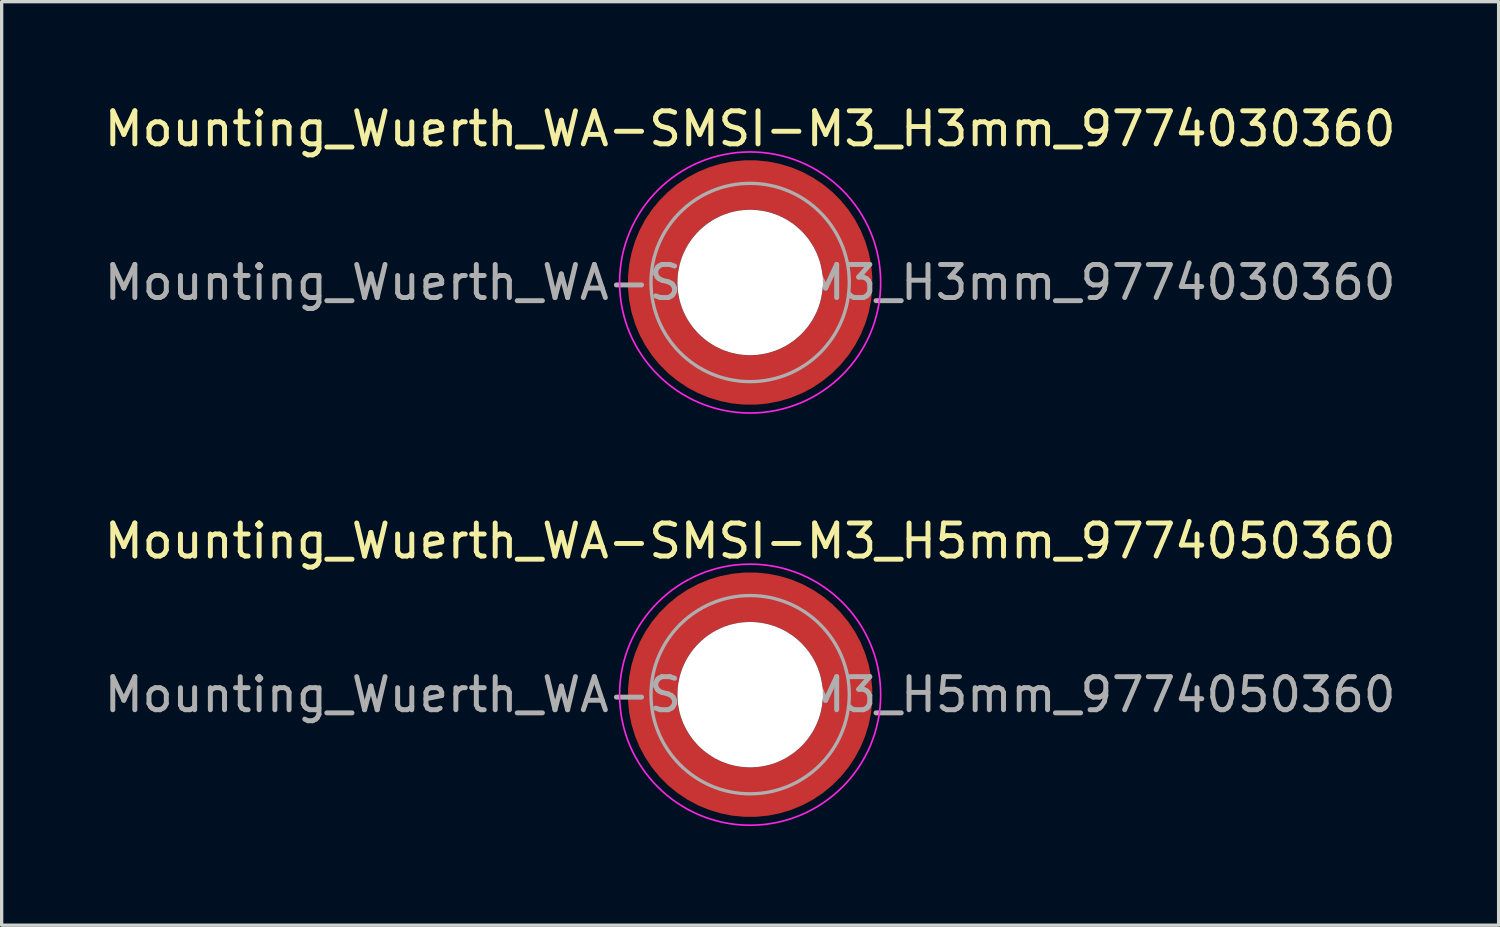
<source format=kicad_pcb>
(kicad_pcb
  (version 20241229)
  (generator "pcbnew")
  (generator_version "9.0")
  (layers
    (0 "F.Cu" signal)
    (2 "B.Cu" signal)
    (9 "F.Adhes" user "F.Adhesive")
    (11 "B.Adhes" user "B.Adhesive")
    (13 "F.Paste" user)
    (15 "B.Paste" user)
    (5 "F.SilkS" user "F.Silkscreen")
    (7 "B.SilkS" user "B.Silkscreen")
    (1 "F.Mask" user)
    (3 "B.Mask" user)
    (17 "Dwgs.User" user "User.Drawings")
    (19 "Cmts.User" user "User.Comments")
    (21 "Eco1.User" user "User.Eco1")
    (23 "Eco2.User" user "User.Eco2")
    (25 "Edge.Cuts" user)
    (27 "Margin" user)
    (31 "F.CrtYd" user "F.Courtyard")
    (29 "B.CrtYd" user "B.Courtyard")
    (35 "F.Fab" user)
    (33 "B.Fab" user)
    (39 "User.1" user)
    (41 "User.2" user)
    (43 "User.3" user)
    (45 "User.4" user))
  (footprint "Mounting_Wuerth_WA-SMSI-M3_H3mm_9774030360"
    (layer "F.Cu")
    (at 19.649 5.498)
    (property "Reference" "Mounting_Wuerth_WA-SMSI-M3_H3mm_9774030360" (at 0 -4.65 0) (layer "F.SilkS") (effects (font (size 1 1) (thickness 0.15))))
    (attr smd allow_soldermask_bridges)
    (fp_circle (center 0 0) (end 3.95 0) (stroke (width 0.05) (type solid)) (fill no) (layer "F.CrtYd"))
    (fp_circle (center 0 0) (end 3 0) (stroke (width 0.1) (type solid)) (fill no) (layer "F.Fab"))
    (fp_text user "${REFERENCE}" (at 0 0 0) (layer "F.Fab") (effects (font (size 1 1) (thickness 0.15))))
    (pad "" smd custom (at -2.058 -2.058) (size 0.55 0.55) (layers "F.Paste") (options (anchor circle)) (primitives (gr_arc (start -0.377294 1.707681) (mid 0.318198 0.318198) (end 1.707681 -0.377294) (width 0.2)) (gr_arc (start -0.478281 1.707681) (mid 0.247487 0.247487) (end 1.707681 -0.478281) (width 0.2)) (gr_arc (start -0.579192 1.707681) (mid 0.176777 0.176777) (end 1.707681 -0.579192) (width 0.2)) (gr_arc (start -0.680037 1.707681) (mid 0.106066 0.106066) (end 1.707681 -0.680037) (width 0.2)) (gr_arc (start -0.780822 1.707681) (mid 0.035355 0.035355) (end 1.707681 -0.780822) (width 0.2)) (gr_arc (start -0.881554 1.707681) (mid -0.035355 -0.035355) (end 1.707681 -0.881554) (width 0.2)) (gr_arc (start -0.982237 1.707681) (mid -0.106066 -0.106066) (end 1.707681 -0.982237) (width 0.2)) (gr_arc (start -1.082877 1.707681) (mid -0.176777 -0.176777) (end 1.707681 -1.082877) (width 0.2)) (gr_arc (start -1.183476 1.707681) (mid -0.247487 -0.247487) (end 1.707681 -1.183476) (width 0.2)) (gr_arc (start -1.28404 1.707681) (mid -0.318198 -0.318198) (end 1.707681 -1.28404) (width 0.2)) (gr_line (start 1.708 -0.377) (end 1.708 -1.284) (width 0.2)) (gr_line (start -0.377 1.708) (end -1.284 1.708) (width 0.2))))
    (pad "" smd custom (at -2.058 2.058) (size 0.55 0.55) (layers "F.Paste") (options (anchor circle)) (primitives (gr_arc (start 1.707681 0.377294) (mid 0.318198 -0.318198) (end -0.377294 -1.707681) (width 0.2)) (gr_arc (start 1.707681 0.478281) (mid 0.247487 -0.247487) (end -0.478281 -1.707681) (width 0.2)) (gr_arc (start 1.707681 0.579192) (mid 0.176777 -0.176777) (end -0.579192 -1.707681) (width 0.2)) (gr_arc (start 1.707681 0.680037) (mid 0.106066 -0.106066) (end -0.680037 -1.707681) (width 0.2)) (gr_arc (start 1.707681 0.780822) (mid 0.035355 -0.035355) (end -0.780822 -1.707681) (width 0.2)) (gr_arc (start 1.707681 0.881554) (mid -0.035355 0.035355) (end -0.881554 -1.707681) (width 0.2)) (gr_arc (start 1.707681 0.982237) (mid -0.106066 0.106066) (end -0.982237 -1.707681) (width 0.2)) (gr_arc (start 1.707681 1.082877) (mid -0.176777 0.176777) (end -1.082877 -1.707681) (width 0.2)) (gr_arc (start 1.707681 1.183476) (mid -0.247487 0.247487) (end -1.183476 -1.707681) (width 0.2)) (gr_arc (start 1.707681 1.28404) (mid -0.318198 0.318198) (end -1.28404 -1.707681) (width 0.2)) (gr_line (start -0.377 -1.708) (end -1.284 -1.708) (width 0.2)) (gr_line (start 1.708 0.377) (end 1.708 1.284) (width 0.2))))
    (pad "" np_thru_hole circle (at 0 0) (size 4.4 4.4) (drill 4.4) (layers "*.Cu" "*.Mask"))
    (pad "" smd custom (at 2.058 -2.058) (size 0.55 0.55) (layers "F.Paste") (options (anchor circle)) (primitives (gr_arc (start -1.707681 -0.377294) (mid -0.318198 0.318198) (end 0.377294 1.707681) (width 0.2)) (gr_arc (start -1.707681 -0.478281) (mid -0.247487 0.247487) (end 0.478281 1.707681) (width 0.2)) (gr_arc (start -1.707681 -0.579192) (mid -0.176777 0.176777) (end 0.579192 1.707681) (width 0.2)) (gr_arc (start -1.707681 -0.680037) (mid -0.106066 0.106066) (end 0.680037 1.707681) (width 0.2)) (gr_arc (start -1.707681 -0.780822) (mid -0.035355 0.035355) (end 0.780822 1.707681) (width 0.2)) (gr_arc (start -1.707681 -0.881554) (mid 0.035355 -0.035355) (end 0.881554 1.707681) (width 0.2)) (gr_arc (start -1.707681 -0.982237) (mid 0.106066 -0.106066) (end 0.982237 1.707681) (width 0.2)) (gr_arc (start -1.707681 -1.082877) (mid 0.176777 -0.176777) (end 1.082877 1.707681) (width 0.2)) (gr_arc (start -1.707681 -1.183476) (mid 0.247487 -0.247487) (end 1.183476 1.707681) (width 0.2)) (gr_arc (start -1.707681 -1.28404) (mid 0.318198 -0.318198) (end 1.28404 1.707681) (width 0.2)) (gr_line (start 0.377 1.708) (end 1.284 1.708) (width 0.2)) (gr_line (start -1.708 -0.377) (end -1.708 -1.284) (width 0.2))))
    (pad "" smd custom (at 2.058 2.058) (size 0.55 0.55) (layers "F.Paste") (options (anchor circle)) (primitives (gr_arc (start 0.377294 -1.707681) (mid -0.318198 -0.318198) (end -1.707681 0.377294) (width 0.2)) (gr_arc (start 0.478281 -1.707681) (mid -0.247487 -0.247487) (end -1.707681 0.478281) (width 0.2)) (gr_arc (start 0.579192 -1.707681) (mid -0.176777 -0.176777) (end -1.707681 0.579192) (width 0.2)) (gr_arc (start 0.680037 -1.707681) (mid -0.106066 -0.106066) (end -1.707681 0.680037) (width 0.2)) (gr_arc (start 0.780822 -1.707681) (mid -0.035355 -0.035355) (end -1.707681 0.780822) (width 0.2)) (gr_arc (start 0.881554 -1.707681) (mid 0.035355 0.035355) (end -1.707681 0.881554) (width 0.2)) (gr_arc (start 0.982237 -1.707681) (mid 0.106066 0.106066) (end -1.707681 0.982237) (width 0.2)) (gr_arc (start 1.082877 -1.707681) (mid 0.176777 0.176777) (end -1.707681 1.082877) (width 0.2)) (gr_arc (start 1.183476 -1.707681) (mid 0.247487 0.247487) (end -1.707681 1.183476) (width 0.2)) (gr_arc (start 1.28404 -1.707681) (mid 0.318198 0.318198) (end -1.707681 1.28404) (width 0.2)) (gr_line (start -1.708 0.377) (end -1.708 1.284) (width 0.2)) (gr_line (start 0.377 -1.708) (end 1.284 -1.708) (width 0.2))))
    (pad "1" smd circle (at -2.95 0) (size 0.992 0.992) (layers "F.Cu"))
    (pad "1" smd circle (at 0 -2.95) (size 0.992 0.992) (layers "F.Cu"))
    (pad "1" smd circle (at 0 2.95) (size 0.992 0.992) (layers "F.Cu"))
    (pad "1" smd custom (at 2.95 0) (size 1.5 1.5) (layers "F.Cu" "F.Mask") (options (anchor circle)) (primitives (gr_circle (center -2.95 0) (end 0 0) (width 1.5) (fill no)))))
  (footprint "Mounting_Wuerth_WA-SMSI-M3_H5mm_9774050360"
    (layer "F.Cu")
    (at 19.649 17.971)
    (property "Reference" "Mounting_Wuerth_WA-SMSI-M3_H5mm_9774050360" (at 0 -4.65 0) (layer "F.SilkS") (effects (font (size 1 1) (thickness 0.15))))
    (attr smd allow_soldermask_bridges)
    (fp_circle (center 0 0) (end 3.95 0) (stroke (width 0.05) (type solid)) (fill no) (layer "F.CrtYd"))
    (fp_circle (center 0 0) (end 3 0) (stroke (width 0.1) (type solid)) (fill no) (layer "F.Fab"))
    (fp_text user "${REFERENCE}" (at 0 0 0) (layer "F.Fab") (effects (font (size 1 1) (thickness 0.15))))
    (pad "" smd custom (at -2.058 -2.058) (size 0.55 0.55) (layers "F.Paste") (options (anchor circle)) (primitives (gr_arc (start -0.377294 1.707681) (mid 0.318198 0.318198) (end 1.707681 -0.377294) (width 0.2)) (gr_arc (start -0.478281 1.707681) (mid 0.247487 0.247487) (end 1.707681 -0.478281) (width 0.2)) (gr_arc (start -0.579192 1.707681) (mid 0.176777 0.176777) (end 1.707681 -0.579192) (width 0.2)) (gr_arc (start -0.680037 1.707681) (mid 0.106066 0.106066) (end 1.707681 -0.680037) (width 0.2)) (gr_arc (start -0.780822 1.707681) (mid 0.035355 0.035355) (end 1.707681 -0.780822) (width 0.2)) (gr_arc (start -0.881554 1.707681) (mid -0.035355 -0.035355) (end 1.707681 -0.881554) (width 0.2)) (gr_arc (start -0.982237 1.707681) (mid -0.106066 -0.106066) (end 1.707681 -0.982237) (width 0.2)) (gr_arc (start -1.082877 1.707681) (mid -0.176777 -0.176777) (end 1.707681 -1.082877) (width 0.2)) (gr_arc (start -1.183476 1.707681) (mid -0.247487 -0.247487) (end 1.707681 -1.183476) (width 0.2)) (gr_arc (start -1.28404 1.707681) (mid -0.318198 -0.318198) (end 1.707681 -1.28404) (width 0.2)) (gr_line (start 1.708 -0.377) (end 1.708 -1.284) (width 0.2)) (gr_line (start -0.377 1.708) (end -1.284 1.708) (width 0.2))))
    (pad "" smd custom (at -2.058 2.058) (size 0.55 0.55) (layers "F.Paste") (options (anchor circle)) (primitives (gr_arc (start 1.707681 0.377294) (mid 0.318198 -0.318198) (end -0.377294 -1.707681) (width 0.2)) (gr_arc (start 1.707681 0.478281) (mid 0.247487 -0.247487) (end -0.478281 -1.707681) (width 0.2)) (gr_arc (start 1.707681 0.579192) (mid 0.176777 -0.176777) (end -0.579192 -1.707681) (width 0.2)) (gr_arc (start 1.707681 0.680037) (mid 0.106066 -0.106066) (end -0.680037 -1.707681) (width 0.2)) (gr_arc (start 1.707681 0.780822) (mid 0.035355 -0.035355) (end -0.780822 -1.707681) (width 0.2)) (gr_arc (start 1.707681 0.881554) (mid -0.035355 0.035355) (end -0.881554 -1.707681) (width 0.2)) (gr_arc (start 1.707681 0.982237) (mid -0.106066 0.106066) (end -0.982237 -1.707681) (width 0.2)) (gr_arc (start 1.707681 1.082877) (mid -0.176777 0.176777) (end -1.082877 -1.707681) (width 0.2)) (gr_arc (start 1.707681 1.183476) (mid -0.247487 0.247487) (end -1.183476 -1.707681) (width 0.2)) (gr_arc (start 1.707681 1.28404) (mid -0.318198 0.318198) (end -1.28404 -1.707681) (width 0.2)) (gr_line (start -0.377 -1.708) (end -1.284 -1.708) (width 0.2)) (gr_line (start 1.708 0.377) (end 1.708 1.284) (width 0.2))))
    (pad "" np_thru_hole circle (at 0 0) (size 4.4 4.4) (drill 4.4) (layers "*.Cu" "*.Mask"))
    (pad "" smd custom (at 2.058 -2.058) (size 0.55 0.55) (layers "F.Paste") (options (anchor circle)) (primitives (gr_arc (start -1.707681 -0.377294) (mid -0.318198 0.318198) (end 0.377294 1.707681) (width 0.2)) (gr_arc (start -1.707681 -0.478281) (mid -0.247487 0.247487) (end 0.478281 1.707681) (width 0.2)) (gr_arc (start -1.707681 -0.579192) (mid -0.176777 0.176777) (end 0.579192 1.707681) (width 0.2)) (gr_arc (start -1.707681 -0.680037) (mid -0.106066 0.106066) (end 0.680037 1.707681) (width 0.2)) (gr_arc (start -1.707681 -0.780822) (mid -0.035355 0.035355) (end 0.780822 1.707681) (width 0.2)) (gr_arc (start -1.707681 -0.881554) (mid 0.035355 -0.035355) (end 0.881554 1.707681) (width 0.2)) (gr_arc (start -1.707681 -0.982237) (mid 0.106066 -0.106066) (end 0.982237 1.707681) (width 0.2)) (gr_arc (start -1.707681 -1.082877) (mid 0.176777 -0.176777) (end 1.082877 1.707681) (width 0.2)) (gr_arc (start -1.707681 -1.183476) (mid 0.247487 -0.247487) (end 1.183476 1.707681) (width 0.2)) (gr_arc (start -1.707681 -1.28404) (mid 0.318198 -0.318198) (end 1.28404 1.707681) (width 0.2)) (gr_line (start 0.377 1.708) (end 1.284 1.708) (width 0.2)) (gr_line (start -1.708 -0.377) (end -1.708 -1.284) (width 0.2))))
    (pad "" smd custom (at 2.058 2.058) (size 0.55 0.55) (layers "F.Paste") (options (anchor circle)) (primitives (gr_arc (start 0.377294 -1.707681) (mid -0.318198 -0.318198) (end -1.707681 0.377294) (width 0.2)) (gr_arc (start 0.478281 -1.707681) (mid -0.247487 -0.247487) (end -1.707681 0.478281) (width 0.2)) (gr_arc (start 0.579192 -1.707681) (mid -0.176777 -0.176777) (end -1.707681 0.579192) (width 0.2)) (gr_arc (start 0.680037 -1.707681) (mid -0.106066 -0.106066) (end -1.707681 0.680037) (width 0.2)) (gr_arc (start 0.780822 -1.707681) (mid -0.035355 -0.035355) (end -1.707681 0.780822) (width 0.2)) (gr_arc (start 0.881554 -1.707681) (mid 0.035355 0.035355) (end -1.707681 0.881554) (width 0.2)) (gr_arc (start 0.982237 -1.707681) (mid 0.106066 0.106066) (end -1.707681 0.982237) (width 0.2)) (gr_arc (start 1.082877 -1.707681) (mid 0.176777 0.176777) (end -1.707681 1.082877) (width 0.2)) (gr_arc (start 1.183476 -1.707681) (mid 0.247487 0.247487) (end -1.707681 1.183476) (width 0.2)) (gr_arc (start 1.28404 -1.707681) (mid 0.318198 0.318198) (end -1.707681 1.28404) (width 0.2)) (gr_line (start -1.708 0.377) (end -1.708 1.284) (width 0.2)) (gr_line (start 0.377 -1.708) (end 1.284 -1.708) (width 0.2))))
    (pad "1" smd circle (at -2.95 0) (size 0.992 0.992) (layers "F.Cu"))
    (pad "1" smd circle (at 0 -2.95) (size 0.992 0.992) (layers "F.Cu"))
    (pad "1" smd circle (at 0 2.95) (size 0.992 0.992) (layers "F.Cu"))
    (pad "1" smd custom (at 2.95 0) (size 1.5 1.5) (layers "F.Cu" "F.Mask") (options (anchor circle)) (primitives (gr_circle (center -2.95 0) (end 0 0) (width 1.5) (fill no)))))
  (gr_rect
    (start -3 -3)
    (end 42.298 24.947)
    (stroke (width 0.1) (type default))
    (fill no)
    (layer "Edge.Cuts")))
</source>
